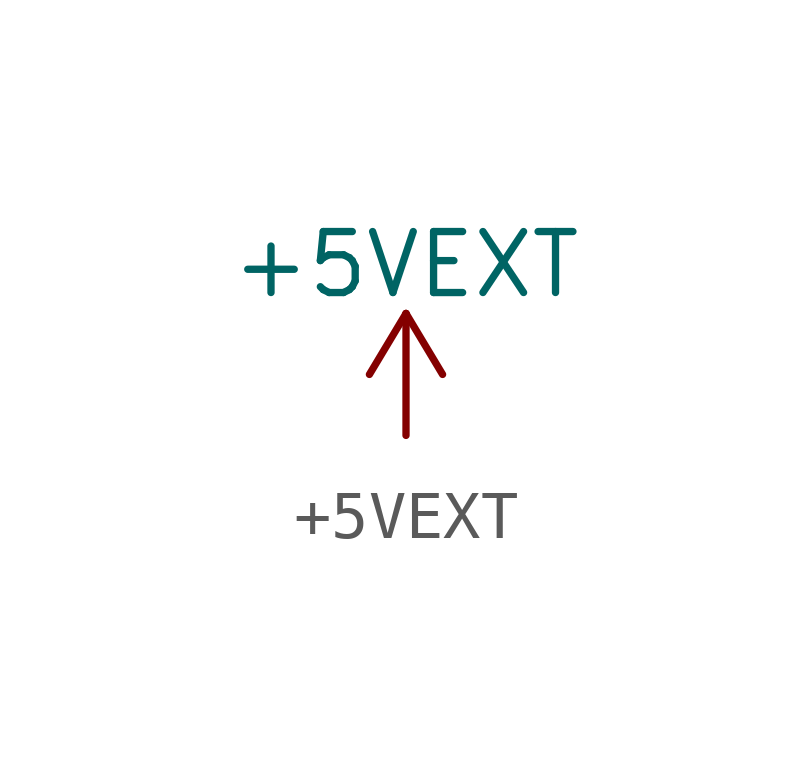
<source format=kicad_sym>
(kicad_symbol_lib
  (version 20220914)
  (generator kicad_symbol_editor)
  (symbol "+5VEXT"
    (power)
    (pin_names
      (offset 0))
    (property "Reference" "#PWR5VEXT"
      (at 0 -3.81 0)
      (effects (font (size 1.27 1.27)) hide))
    (property "Value" "+5VEXT"
      (at 0 3.556 0)
      (effects (font (size 1.27 1.27))))
    (symbol "+5VEXT_0_1"
      (polyline (pts (xy -0.762 1.27) (xy 0 2.54)) (stroke (width 0) (type default)) (fill (type none)))
      (polyline (pts (xy 0 0) (xy 0 2.54)) (stroke (width 0) (type default)) (fill (type none)))
      (polyline (pts (xy 0 2.54) (xy 0.762 1.27)) (stroke (width 0) (type default)) (fill (type none))))
    (symbol "+5VEXT_1_1"
      (pin power_in line (at 0 0 90) (length 0) hide (name "+5VEXT" (effects (font (size 1.27 1.27)))) (number "1" (effects (font (size 1.27 1.27))))))))
</source>
